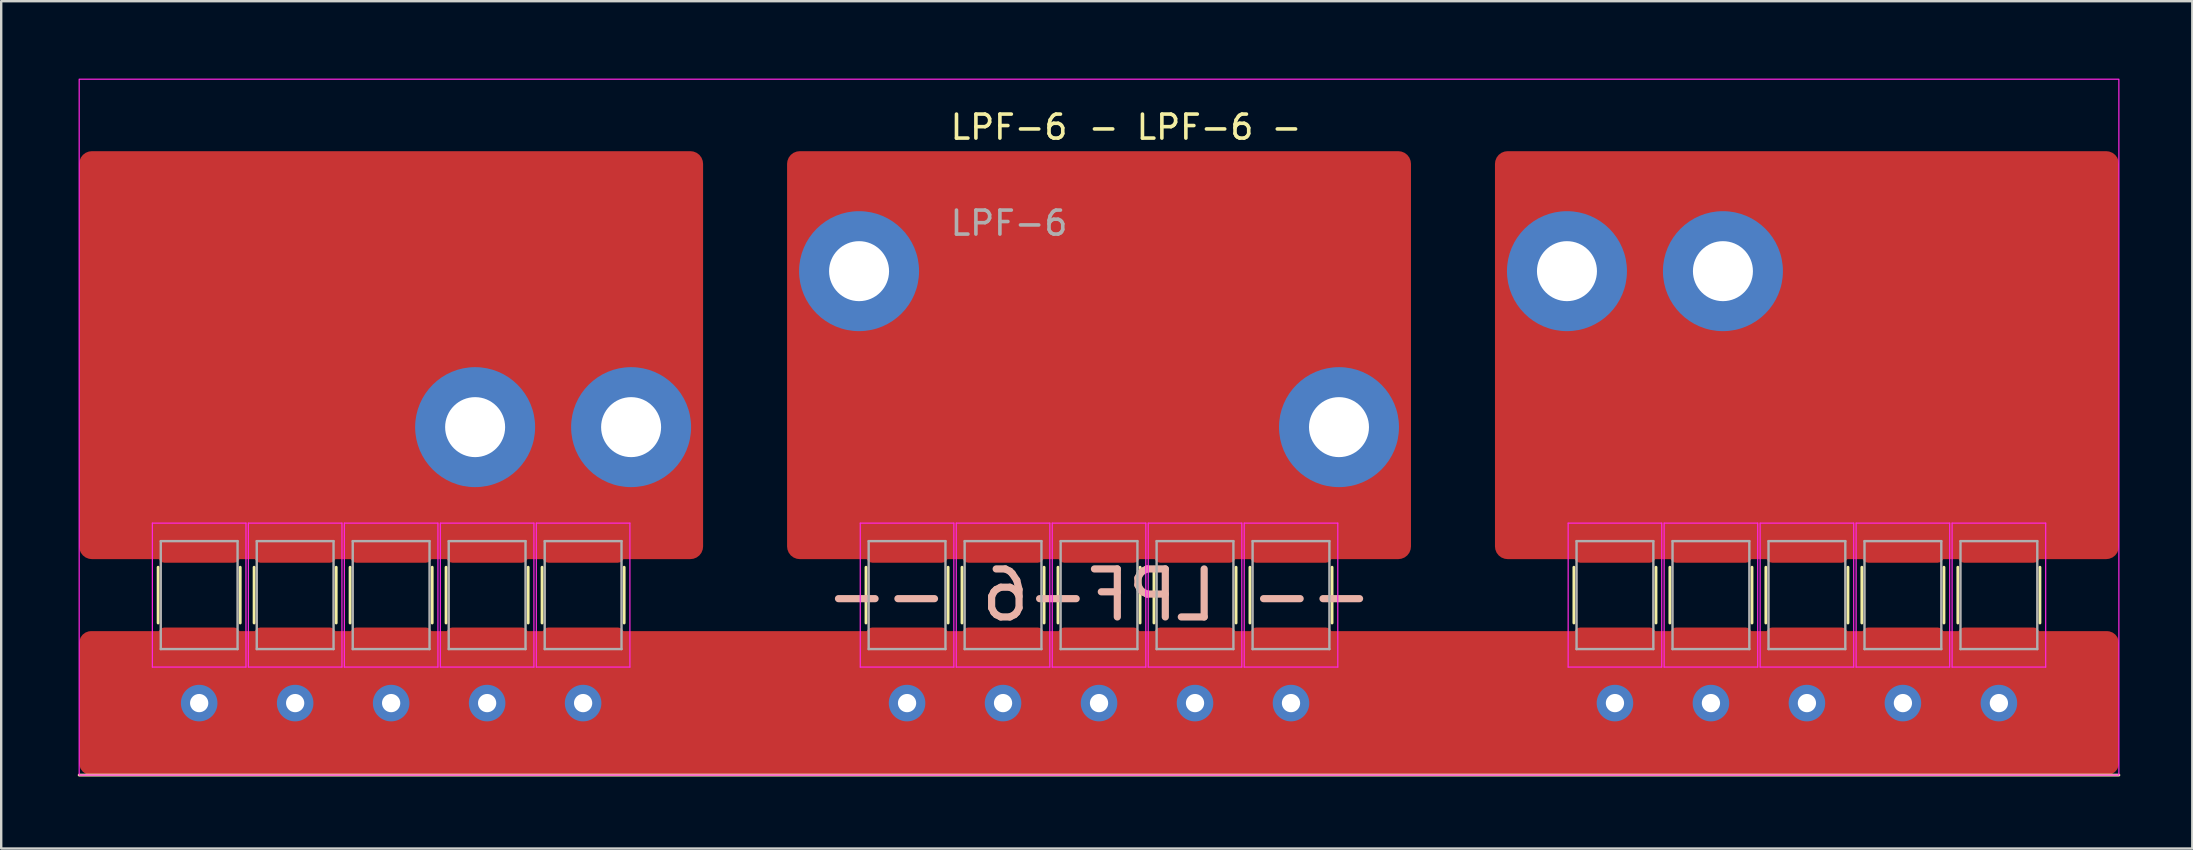
<source format=kicad_pcb>
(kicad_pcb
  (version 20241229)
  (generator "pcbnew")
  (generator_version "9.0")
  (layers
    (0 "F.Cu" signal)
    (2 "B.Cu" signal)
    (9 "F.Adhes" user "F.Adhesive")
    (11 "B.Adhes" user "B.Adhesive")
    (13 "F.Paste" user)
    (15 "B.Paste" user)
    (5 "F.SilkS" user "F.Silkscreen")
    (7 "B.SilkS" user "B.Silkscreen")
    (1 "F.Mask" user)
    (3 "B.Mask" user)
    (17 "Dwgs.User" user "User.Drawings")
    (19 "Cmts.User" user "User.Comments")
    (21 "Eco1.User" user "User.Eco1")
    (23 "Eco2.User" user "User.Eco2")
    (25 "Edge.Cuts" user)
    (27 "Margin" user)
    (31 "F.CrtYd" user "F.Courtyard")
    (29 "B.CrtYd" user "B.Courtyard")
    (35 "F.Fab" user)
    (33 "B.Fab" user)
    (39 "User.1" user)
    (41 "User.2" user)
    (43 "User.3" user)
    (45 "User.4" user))
  (footprint "LPF-6"
    (layer "F.Cu")
    (at 0.25 0.25)
    (property "Reference" "LPF-6" (at 38.75 2 0) (layer "F.SilkS") (effects (font (size 1 1) (thickness 0.15))))
    (property "Value" "LPF-6" (at 38 4 0) (layer "F.Fab") (hide yes) (effects (font (size 1 1) (thickness 0.15))))
    (attr through_hole)
    (fp_line (start 0 29) (end 85 29) (stroke (width 0.12) (type solid)) (layer "F.SilkS"))
    (fp_line (start 3.29 22.661) (end 3.29 20.339) (stroke (width 0.12) (type solid)) (layer "F.SilkS"))
    (fp_line (start 6.71 22.661) (end 6.71 20.339) (stroke (width 0.12) (type solid)) (layer "F.SilkS"))
    (fp_line (start 7.29 22.661) (end 7.29 20.339) (stroke (width 0.12) (type solid)) (layer "F.SilkS"))
    (fp_line (start 10.71 22.661) (end 10.71 20.339) (stroke (width 0.12) (type solid)) (layer "F.SilkS"))
    (fp_line (start 11.29 22.661) (end 11.29 20.339) (stroke (width 0.12) (type solid)) (layer "F.SilkS"))
    (fp_line (start 14.71 22.661) (end 14.71 20.339) (stroke (width 0.12) (type solid)) (layer "F.SilkS"))
    (fp_line (start 15.29 22.661) (end 15.29 20.339) (stroke (width 0.12) (type solid)) (layer "F.SilkS"))
    (fp_line (start 18.71 22.661) (end 18.71 20.339) (stroke (width 0.12) (type solid)) (layer "F.SilkS"))
    (fp_line (start 19.29 22.661) (end 19.29 20.339) (stroke (width 0.12) (type solid)) (layer "F.SilkS"))
    (fp_line (start 22.71 22.661) (end 22.71 20.339) (stroke (width 0.12) (type solid)) (layer "F.SilkS"))
    (fp_line (start 32.79 22.661) (end 32.79 20.339) (stroke (width 0.12) (type solid)) (layer "F.SilkS"))
    (fp_line (start 36.21 22.661) (end 36.21 20.339) (stroke (width 0.12) (type solid)) (layer "F.SilkS"))
    (fp_line (start 36.79 22.661) (end 36.79 20.339) (stroke (width 0.12) (type solid)) (layer "F.SilkS"))
    (fp_line (start 40.21 22.661) (end 40.21 20.339) (stroke (width 0.12) (type solid)) (layer "F.SilkS"))
    (fp_line (start 40.79 22.661) (end 40.79 20.339) (stroke (width 0.12) (type solid)) (layer "F.SilkS"))
    (fp_line (start 44.21 22.661) (end 44.21 20.339) (stroke (width 0.12) (type solid)) (layer "F.SilkS"))
    (fp_line (start 44.79 22.661) (end 44.79 20.339) (stroke (width 0.12) (type solid)) (layer "F.SilkS"))
    (fp_line (start 48.21 22.661) (end 48.21 20.339) (stroke (width 0.12) (type solid)) (layer "F.SilkS"))
    (fp_line (start 48.79 22.661) (end 48.79 20.339) (stroke (width 0.12) (type solid)) (layer "F.SilkS"))
    (fp_line (start 52.21 22.661) (end 52.21 20.339) (stroke (width 0.12) (type solid)) (layer "F.SilkS"))
    (fp_line (start 62.29 22.661) (end 62.29 20.339) (stroke (width 0.12) (type solid)) (layer "F.SilkS"))
    (fp_line (start 65.71 22.661) (end 65.71 20.339) (stroke (width 0.12) (type solid)) (layer "F.SilkS"))
    (fp_line (start 66.29 22.661) (end 66.29 20.339) (stroke (width 0.12) (type solid)) (layer "F.SilkS"))
    (fp_line (start 69.71 22.661) (end 69.71 20.339) (stroke (width 0.12) (type solid)) (layer "F.SilkS"))
    (fp_line (start 70.29 22.661) (end 70.29 20.339) (stroke (width 0.12) (type solid)) (layer "F.SilkS"))
    (fp_line (start 73.71 22.661) (end 73.71 20.339) (stroke (width 0.12) (type solid)) (layer "F.SilkS"))
    (fp_line (start 74.29 22.661) (end 74.29 20.339) (stroke (width 0.12) (type solid)) (layer "F.SilkS"))
    (fp_line (start 77.71 22.661) (end 77.71 20.339) (stroke (width 0.12) (type solid)) (layer "F.SilkS"))
    (fp_line (start 78.29 22.661) (end 78.29 20.339) (stroke (width 0.12) (type solid)) (layer "F.SilkS"))
    (fp_line (start 81.71 22.661) (end 81.71 20.339) (stroke (width 0.12) (type solid)) (layer "F.SilkS"))
    (fp_line (start 3.05 18.5) (end 6.95 18.5) (stroke (width 0.05) (type solid)) (layer "F.CrtYd"))
    (fp_line (start 3.05 24.5) (end 3.05 18.5) (stroke (width 0.05) (type solid)) (layer "F.CrtYd"))
    (fp_line (start 6.95 18.5) (end 6.95 24.5) (stroke (width 0.05) (type solid)) (layer "F.CrtYd"))
    (fp_line (start 6.95 24.5) (end 3.05 24.5) (stroke (width 0.05) (type solid)) (layer "F.CrtYd"))
    (fp_line (start 7.05 18.5) (end 10.95 18.5) (stroke (width 0.05) (type solid)) (layer "F.CrtYd"))
    (fp_line (start 7.05 24.5) (end 7.05 18.5) (stroke (width 0.05) (type solid)) (layer "F.CrtYd"))
    (fp_line (start 10.95 18.5) (end 10.95 24.5) (stroke (width 0.05) (type solid)) (layer "F.CrtYd"))
    (fp_line (start 10.95 24.5) (end 7.05 24.5) (stroke (width 0.05) (type solid)) (layer "F.CrtYd"))
    (fp_line (start 11.05 18.5) (end 14.95 18.5) (stroke (width 0.05) (type solid)) (layer "F.CrtYd"))
    (fp_line (start 11.05 24.5) (end 11.05 18.5) (stroke (width 0.05) (type solid)) (layer "F.CrtYd"))
    (fp_line (start 14.95 18.5) (end 14.95 24.5) (stroke (width 0.05) (type solid)) (layer "F.CrtYd"))
    (fp_line (start 14.95 24.5) (end 11.05 24.5) (stroke (width 0.05) (type solid)) (layer "F.CrtYd"))
    (fp_line (start 15.05 18.5) (end 18.95 18.5) (stroke (width 0.05) (type solid)) (layer "F.CrtYd"))
    (fp_line (start 15.05 24.5) (end 15.05 18.5) (stroke (width 0.05) (type solid)) (layer "F.CrtYd"))
    (fp_line (start 18.95 18.5) (end 18.95 24.5) (stroke (width 0.05) (type solid)) (layer "F.CrtYd"))
    (fp_line (start 18.95 24.5) (end 15.05 24.5) (stroke (width 0.05) (type solid)) (layer "F.CrtYd"))
    (fp_line (start 19.05 18.5) (end 22.95 18.5) (stroke (width 0.05) (type solid)) (layer "F.CrtYd"))
    (fp_line (start 19.05 24.5) (end 19.05 18.5) (stroke (width 0.05) (type solid)) (layer "F.CrtYd"))
    (fp_line (start 22.95 18.5) (end 22.95 24.5) (stroke (width 0.05) (type solid)) (layer "F.CrtYd"))
    (fp_line (start 22.95 24.5) (end 19.05 24.5) (stroke (width 0.05) (type solid)) (layer "F.CrtYd"))
    (fp_line (start 32.55 18.5) (end 36.45 18.5) (stroke (width 0.05) (type solid)) (layer "F.CrtYd"))
    (fp_line (start 32.55 24.5) (end 32.55 18.5) (stroke (width 0.05) (type solid)) (layer "F.CrtYd"))
    (fp_line (start 36.45 18.5) (end 36.45 24.5) (stroke (width 0.05) (type solid)) (layer "F.CrtYd"))
    (fp_line (start 36.45 24.5) (end 32.55 24.5) (stroke (width 0.05) (type solid)) (layer "F.CrtYd"))
    (fp_line (start 36.55 18.5) (end 40.45 18.5) (stroke (width 0.05) (type solid)) (layer "F.CrtYd"))
    (fp_line (start 36.55 24.5) (end 36.55 18.5) (stroke (width 0.05) (type solid)) (layer "F.CrtYd"))
    (fp_line (start 40.45 18.5) (end 40.45 24.5) (stroke (width 0.05) (type solid)) (layer "F.CrtYd"))
    (fp_line (start 40.45 24.5) (end 36.55 24.5) (stroke (width 0.05) (type solid)) (layer "F.CrtYd"))
    (fp_line (start 40.55 18.5) (end 44.45 18.5) (stroke (width 0.05) (type solid)) (layer "F.CrtYd"))
    (fp_line (start 40.55 24.5) (end 40.55 18.5) (stroke (width 0.05) (type solid)) (layer "F.CrtYd"))
    (fp_line (start 44.45 18.5) (end 44.45 24.5) (stroke (width 0.05) (type solid)) (layer "F.CrtYd"))
    (fp_line (start 44.45 24.5) (end 40.55 24.5) (stroke (width 0.05) (type solid)) (layer "F.CrtYd"))
    (fp_line (start 44.55 18.5) (end 48.45 18.5) (stroke (width 0.05) (type solid)) (layer "F.CrtYd"))
    (fp_line (start 44.55 24.5) (end 44.55 18.5) (stroke (width 0.05) (type solid)) (layer "F.CrtYd"))
    (fp_line (start 48.45 18.5) (end 48.45 24.5) (stroke (width 0.05) (type solid)) (layer "F.CrtYd"))
    (fp_line (start 48.45 24.5) (end 44.55 24.5) (stroke (width 0.05) (type solid)) (layer "F.CrtYd"))
    (fp_line (start 48.55 18.5) (end 52.45 18.5) (stroke (width 0.05) (type solid)) (layer "F.CrtYd"))
    (fp_line (start 48.55 24.5) (end 48.55 18.5) (stroke (width 0.05) (type solid)) (layer "F.CrtYd"))
    (fp_line (start 52.45 18.5) (end 52.45 24.5) (stroke (width 0.05) (type solid)) (layer "F.CrtYd"))
    (fp_line (start 52.45 24.5) (end 48.55 24.5) (stroke (width 0.05) (type solid)) (layer "F.CrtYd"))
    (fp_line (start 62.05 18.5) (end 65.95 18.5) (stroke (width 0.05) (type solid)) (layer "F.CrtYd"))
    (fp_line (start 62.05 24.5) (end 62.05 18.5) (stroke (width 0.05) (type solid)) (layer "F.CrtYd"))
    (fp_line (start 65.95 18.5) (end 65.95 24.5) (stroke (width 0.05) (type solid)) (layer "F.CrtYd"))
    (fp_line (start 65.95 24.5) (end 62.05 24.5) (stroke (width 0.05) (type solid)) (layer "F.CrtYd"))
    (fp_line (start 66.05 18.5) (end 69.95 18.5) (stroke (width 0.05) (type solid)) (layer "F.CrtYd"))
    (fp_line (start 66.05 24.5) (end 66.05 18.5) (stroke (width 0.05) (type solid)) (layer "F.CrtYd"))
    (fp_line (start 69.95 18.5) (end 69.95 24.5) (stroke (width 0.05) (type solid)) (layer "F.CrtYd"))
    (fp_line (start 69.95 24.5) (end 66.05 24.5) (stroke (width 0.05) (type solid)) (layer "F.CrtYd"))
    (fp_line (start 70.05 18.5) (end 73.95 18.5) (stroke (width 0.05) (type solid)) (layer "F.CrtYd"))
    (fp_line (start 70.05 24.5) (end 70.05 18.5) (stroke (width 0.05) (type solid)) (layer "F.CrtYd"))
    (fp_line (start 73.95 18.5) (end 73.95 24.5) (stroke (width 0.05) (type solid)) (layer "F.CrtYd"))
    (fp_line (start 73.95 24.5) (end 70.05 24.5) (stroke (width 0.05) (type solid)) (layer "F.CrtYd"))
    (fp_line (start 74.05 18.5) (end 77.95 18.5) (stroke (width 0.05) (type solid)) (layer "F.CrtYd"))
    (fp_line (start 74.05 24.5) (end 74.05 18.5) (stroke (width 0.05) (type solid)) (layer "F.CrtYd"))
    (fp_line (start 77.95 18.5) (end 77.95 24.5) (stroke (width 0.05) (type solid)) (layer "F.CrtYd"))
    (fp_line (start 77.95 24.5) (end 74.05 24.5) (stroke (width 0.05) (type solid)) (layer "F.CrtYd"))
    (fp_line (start 78.05 18.5) (end 81.95 18.5) (stroke (width 0.05) (type solid)) (layer "F.CrtYd"))
    (fp_line (start 78.05 24.5) (end 78.05 18.5) (stroke (width 0.05) (type solid)) (layer "F.CrtYd"))
    (fp_line (start 81.95 18.5) (end 81.95 24.5) (stroke (width 0.05) (type solid)) (layer "F.CrtYd"))
    (fp_line (start 81.95 24.5) (end 78.05 24.5) (stroke (width 0.05) (type solid)) (layer "F.CrtYd"))
    (fp_rect (start 0 0) (end 85 29) (stroke (width 0.05) (type solid)) (fill no) (layer "F.CrtYd"))
    (fp_line (start 3.4 19.25) (end 6.6 19.25) (stroke (width 0.1) (type solid)) (layer "F.Fab"))
    (fp_line (start 3.4 23.75) (end 3.4 19.25) (stroke (width 0.1) (type solid)) (layer "F.Fab"))
    (fp_line (start 6.6 19.25) (end 6.6 23.75) (stroke (width 0.1) (type solid)) (layer "F.Fab"))
    (fp_line (start 6.6 23.75) (end 3.4 23.75) (stroke (width 0.1) (type solid)) (layer "F.Fab"))
    (fp_line (start 7.4 19.25) (end 10.6 19.25) (stroke (width 0.1) (type solid)) (layer "F.Fab"))
    (fp_line (start 7.4 23.75) (end 7.4 19.25) (stroke (width 0.1) (type solid)) (layer "F.Fab"))
    (fp_line (start 10.6 19.25) (end 10.6 23.75) (stroke (width 0.1) (type solid)) (layer "F.Fab"))
    (fp_line (start 10.6 23.75) (end 7.4 23.75) (stroke (width 0.1) (type solid)) (layer "F.Fab"))
    (fp_line (start 11.4 19.25) (end 14.6 19.25) (stroke (width 0.1) (type solid)) (layer "F.Fab"))
    (fp_line (start 11.4 23.75) (end 11.4 19.25) (stroke (width 0.1) (type solid)) (layer "F.Fab"))
    (fp_line (start 14.6 19.25) (end 14.6 23.75) (stroke (width 0.1) (type solid)) (layer "F.Fab"))
    (fp_line (start 14.6 23.75) (end 11.4 23.75) (stroke (width 0.1) (type solid)) (layer "F.Fab"))
    (fp_line (start 15.4 19.25) (end 18.6 19.25) (stroke (width 0.1) (type solid)) (layer "F.Fab"))
    (fp_line (start 15.4 23.75) (end 15.4 19.25) (stroke (width 0.1) (type solid)) (layer "F.Fab"))
    (fp_line (start 18.6 19.25) (end 18.6 23.75) (stroke (width 0.1) (type solid)) (layer "F.Fab"))
    (fp_line (start 18.6 23.75) (end 15.4 23.75) (stroke (width 0.1) (type solid)) (layer "F.Fab"))
    (fp_line (start 19.4 19.25) (end 22.6 19.25) (stroke (width 0.1) (type solid)) (layer "F.Fab"))
    (fp_line (start 19.4 23.75) (end 19.4 19.25) (stroke (width 0.1) (type solid)) (layer "F.Fab"))
    (fp_line (start 22.6 19.25) (end 22.6 23.75) (stroke (width 0.1) (type solid)) (layer "F.Fab"))
    (fp_line (start 22.6 23.75) (end 19.4 23.75) (stroke (width 0.1) (type solid)) (layer "F.Fab"))
    (fp_line (start 32.9 19.25) (end 36.1 19.25) (stroke (width 0.1) (type solid)) (layer "F.Fab"))
    (fp_line (start 32.9 23.75) (end 32.9 19.25) (stroke (width 0.1) (type solid)) (layer "F.Fab"))
    (fp_line (start 36.1 19.25) (end 36.1 23.75) (stroke (width 0.1) (type solid)) (layer "F.Fab"))
    (fp_line (start 36.1 23.75) (end 32.9 23.75) (stroke (width 0.1) (type solid)) (layer "F.Fab"))
    (fp_line (start 36.9 19.25) (end 40.1 19.25) (stroke (width 0.1) (type solid)) (layer "F.Fab"))
    (fp_line (start 36.9 23.75) (end 36.9 19.25) (stroke (width 0.1) (type solid)) (layer "F.Fab"))
    (fp_line (start 40.1 19.25) (end 40.1 23.75) (stroke (width 0.1) (type solid)) (layer "F.Fab"))
    (fp_line (start 40.1 23.75) (end 36.9 23.75) (stroke (width 0.1) (type solid)) (layer "F.Fab"))
    (fp_line (start 40.9 19.25) (end 44.1 19.25) (stroke (width 0.1) (type solid)) (layer "F.Fab"))
    (fp_line (start 40.9 23.75) (end 40.9 19.25) (stroke (width 0.1) (type solid)) (layer "F.Fab"))
    (fp_line (start 44.1 19.25) (end 44.1 23.75) (stroke (width 0.1) (type solid)) (layer "F.Fab"))
    (fp_line (start 44.1 23.75) (end 40.9 23.75) (stroke (width 0.1) (type solid)) (layer "F.Fab"))
    (fp_line (start 44.9 19.25) (end 48.1 19.25) (stroke (width 0.1) (type solid)) (layer "F.Fab"))
    (fp_line (start 44.9 23.75) (end 44.9 19.25) (stroke (width 0.1) (type solid)) (layer "F.Fab"))
    (fp_line (start 48.1 19.25) (end 48.1 23.75) (stroke (width 0.1) (type solid)) (layer "F.Fab"))
    (fp_line (start 48.1 23.75) (end 44.9 23.75) (stroke (width 0.1) (type solid)) (layer "F.Fab"))
    (fp_line (start 48.9 19.25) (end 52.1 19.25) (stroke (width 0.1) (type solid)) (layer "F.Fab"))
    (fp_line (start 48.9 23.75) (end 48.9 19.25) (stroke (width 0.1) (type solid)) (layer "F.Fab"))
    (fp_line (start 52.1 19.25) (end 52.1 23.75) (stroke (width 0.1) (type solid)) (layer "F.Fab"))
    (fp_line (start 52.1 23.75) (end 48.9 23.75) (stroke (width 0.1) (type solid)) (layer "F.Fab"))
    (fp_line (start 62.4 19.25) (end 65.6 19.25) (stroke (width 0.1) (type solid)) (layer "F.Fab"))
    (fp_line (start 62.4 23.75) (end 62.4 19.25) (stroke (width 0.1) (type solid)) (layer "F.Fab"))
    (fp_line (start 65.6 19.25) (end 65.6 23.75) (stroke (width 0.1) (type solid)) (layer "F.Fab"))
    (fp_line (start 65.6 23.75) (end 62.4 23.75) (stroke (width 0.1) (type solid)) (layer "F.Fab"))
    (fp_line (start 66.4 19.25) (end 69.6 19.25) (stroke (width 0.1) (type solid)) (layer "F.Fab"))
    (fp_line (start 66.4 23.75) (end 66.4 19.25) (stroke (width 0.1) (type solid)) (layer "F.Fab"))
    (fp_line (start 69.6 19.25) (end 69.6 23.75) (stroke (width 0.1) (type solid)) (layer "F.Fab"))
    (fp_line (start 69.6 23.75) (end 66.4 23.75) (stroke (width 0.1) (type solid)) (layer "F.Fab"))
    (fp_line (start 70.4 19.25) (end 73.6 19.25) (stroke (width 0.1) (type solid)) (layer "F.Fab"))
    (fp_line (start 70.4 23.75) (end 70.4 19.25) (stroke (width 0.1) (type solid)) (layer "F.Fab"))
    (fp_line (start 73.6 19.25) (end 73.6 23.75) (stroke (width 0.1) (type solid)) (layer "F.Fab"))
    (fp_line (start 73.6 23.75) (end 70.4 23.75) (stroke (width 0.1) (type solid)) (layer "F.Fab"))
    (fp_line (start 74.4 19.25) (end 77.6 19.25) (stroke (width 0.1) (type solid)) (layer "F.Fab"))
    (fp_line (start 74.4 23.75) (end 74.4 19.25) (stroke (width 0.1) (type solid)) (layer "F.Fab"))
    (fp_line (start 77.6 19.25) (end 77.6 23.75) (stroke (width 0.1) (type solid)) (layer "F.Fab"))
    (fp_line (start 77.6 23.75) (end 74.4 23.75) (stroke (width 0.1) (type solid)) (layer "F.Fab"))
    (fp_line (start 78.4 19.25) (end 81.6 19.25) (stroke (width 0.1) (type solid)) (layer "F.Fab"))
    (fp_line (start 78.4 23.75) (end 78.4 19.25) (stroke (width 0.1) (type solid)) (layer "F.Fab"))
    (fp_line (start 81.6 19.25) (end 81.6 23.75) (stroke (width 0.1) (type solid)) (layer "F.Fab"))
    (fp_line (start 81.6 23.75) (end 78.4 23.75) (stroke (width 0.1) (type solid)) (layer "F.Fab"))
    (fp_text user "- ${VALUE} -" (at 46.5 2 0) (layer "F.SilkS") (effects (font (size 1 1) (thickness 0.15))))
    (fp_text user "-- ${VALUE} --" (at 42.5 21.5 0) (layer "B.SilkS") (effects (font (size 2 2) (thickness 0.3)) (justify mirror)))
    (fp_text user "${REFERENCE}" (at 38.75 6 0) (layer "F.Fab") (effects (font (size 1 1) (thickness 0.15))))
    (pad "1" smd roundrect (at 5 23.55 90) (size 1.4 3.4) (layers "F.Cu" "F.Mask" "F.Paste") (roundrect_rratio 0.179))
    (pad "1" thru_hole circle (at 5 26) (size 1.524 1.524) (drill 0.762) (layers "*.Cu"))
    (pad "1" smd roundrect (at 9 23.55 90) (size 1.4 3.4) (layers "F.Cu" "F.Mask" "F.Paste") (roundrect_rratio 0.179))
    (pad "1" thru_hole circle (at 9 26) (size 1.524 1.524) (drill 0.762) (layers "*.Cu"))
    (pad "1" smd roundrect (at 13 23.55 90) (size 1.4 3.4) (layers "F.Cu" "F.Mask" "F.Paste") (roundrect_rratio 0.179))
    (pad "1" thru_hole circle (at 13 26) (size 1.524 1.524) (drill 0.762) (layers "*.Cu"))
    (pad "1" smd roundrect (at 17 23.55 90) (size 1.4 3.4) (layers "F.Cu" "F.Mask" "F.Paste") (roundrect_rratio 0.179))
    (pad "1" thru_hole circle (at 17 26) (size 1.524 1.524) (drill 0.762) (layers "*.Cu"))
    (pad "1" smd roundrect (at 21 23.55 90) (size 1.4 3.4) (layers "F.Cu" "F.Mask" "F.Paste") (roundrect_rratio 0.179))
    (pad "1" thru_hole circle (at 21 26) (size 1.524 1.524) (drill 0.762) (layers "*.Cu"))
    (pad "1" smd roundrect (at 34.5 23.55 90) (size 1.4 3.4) (layers "F.Cu" "F.Mask" "F.Paste") (roundrect_rratio 0.179))
    (pad "1" thru_hole circle (at 34.5 26) (size 1.524 1.524) (drill 0.762) (layers "*.Cu"))
    (pad "1" smd roundrect (at 38.5 23.55 90) (size 1.4 3.4) (layers "F.Cu" "F.Mask" "F.Paste") (roundrect_rratio 0.179))
    (pad "1" thru_hole circle (at 38.5 26) (size 1.524 1.524) (drill 0.762) (layers "*.Cu"))
    (pad "1" smd roundrect (at 42.5 23.55 90) (size 1.4 3.4) (layers "F.Cu" "F.Mask" "F.Paste") (roundrect_rratio 0.179))
    (pad "1" thru_hole circle (at 42.5 26) (size 1.524 1.524) (drill 0.762) (layers "*.Cu"))
    (pad "1" smd roundrect (at 42.5 26) (size 85 6) (layers "F.Cu") (roundrect_rratio 0.083))
    (pad "1" smd roundrect (at 46.5 23.55 90) (size 1.4 3.4) (layers "F.Cu" "F.Mask" "F.Paste") (roundrect_rratio 0.179))
    (pad "1" thru_hole circle (at 46.5 26) (size 1.524 1.524) (drill 0.762) (layers "*.Cu"))
    (pad "1" smd roundrect (at 50.5 23.55 90) (size 1.4 3.4) (layers "F.Cu" "F.Mask" "F.Paste") (roundrect_rratio 0.179))
    (pad "1" thru_hole circle (at 50.5 26) (size 1.524 1.524) (drill 0.762) (layers "*.Cu"))
    (pad "1" smd roundrect (at 64 23.55 90) (size 1.4 3.4) (layers "F.Cu" "F.Mask" "F.Paste") (roundrect_rratio 0.179))
    (pad "1" thru_hole circle (at 64 26) (size 1.524 1.524) (drill 0.762) (layers "*.Cu"))
    (pad "1" smd roundrect (at 68 23.55 90) (size 1.4 3.4) (layers "F.Cu" "F.Mask" "F.Paste") (roundrect_rratio 0.179))
    (pad "1" thru_hole circle (at 68 26) (size 1.524 1.524) (drill 0.762) (layers "*.Cu"))
    (pad "1" smd roundrect (at 72 23.55 90) (size 1.4 3.4) (layers "F.Cu" "F.Mask" "F.Paste") (roundrect_rratio 0.179))
    (pad "1" thru_hole circle (at 72 26) (size 1.524 1.524) (drill 0.762) (layers "*.Cu"))
    (pad "1" smd roundrect (at 76 23.55 90) (size 1.4 3.4) (layers "F.Cu" "F.Mask" "F.Paste") (roundrect_rratio 0.179))
    (pad "1" thru_hole circle (at 76 26) (size 1.524 1.524) (drill 0.762) (layers "*.Cu"))
    (pad "1" smd roundrect (at 80 23.55 90) (size 1.4 3.4) (layers "F.Cu" "F.Mask" "F.Paste") (roundrect_rratio 0.179))
    (pad "1" thru_hole circle (at 80 26) (size 1.524 1.524) (drill 0.762) (layers "*.Cu"))
    (pad "2" smd roundrect (at 5 19.45 90) (size 1.4 3.4) (layers "F.Cu" "F.Mask" "F.Paste") (roundrect_rratio 0.179))
    (pad "2" smd roundrect (at 9 19.45 90) (size 1.4 3.4) (layers "F.Cu" "F.Mask" "F.Paste") (roundrect_rratio 0.179))
    (pad "2" smd roundrect (at 13 11.5) (size 26 17) (layers "F.Cu") (roundrect_rratio 0.031))
    (pad "2" smd roundrect (at 13 19.45 90) (size 1.4 3.4) (layers "F.Cu" "F.Mask" "F.Paste") (roundrect_rratio 0.179))
    (pad "2" thru_hole circle (at 16.5 14.5 90) (size 5 5) (drill 2.5) (layers "*.Cu" "*.Mask"))
    (pad "2" smd roundrect (at 17 19.45 90) (size 1.4 3.4) (layers "F.Cu" "F.Mask" "F.Paste") (roundrect_rratio 0.179))
    (pad "2" smd roundrect (at 21 19.45 90) (size 1.4 3.4) (layers "F.Cu" "F.Mask" "F.Paste") (roundrect_rratio 0.179))
    (pad "2" thru_hole circle (at 23 14.5 90) (size 5 5) (drill 2.5) (layers "*.Cu" "*.Mask"))
    (pad "3" thru_hole circle (at 62 8 90) (size 5 5) (drill 2.5) (layers "*.Cu" "*.Mask"))
    (pad "3" smd roundrect (at 64 19.45 90) (size 1.4 3.4) (layers "F.Cu" "F.Mask" "F.Paste") (roundrect_rratio 0.179))
    (pad "3" smd roundrect (at 68 19.45 90) (size 1.4 3.4) (layers "F.Cu" "F.Mask" "F.Paste") (roundrect_rratio 0.179))
    (pad "3" thru_hole circle (at 68.5 8 90) (size 5 5) (drill 2.5) (layers "*.Cu" "*.Mask"))
    (pad "3" smd roundrect (at 72 11.5) (size 26 17) (layers "F.Cu") (roundrect_rratio 0.031))
    (pad "3" smd roundrect (at 72 19.45 90) (size 1.4 3.4) (layers "F.Cu" "F.Mask" "F.Paste") (roundrect_rratio 0.179))
    (pad "3" smd roundrect (at 76 19.45 90) (size 1.4 3.4) (layers "F.Cu" "F.Mask" "F.Paste") (roundrect_rratio 0.179))
    (pad "3" smd roundrect (at 80 19.45 90) (size 1.4 3.4) (layers "F.Cu" "F.Mask" "F.Paste") (roundrect_rratio 0.179))
    (pad "4" thru_hole circle (at 32.5 8 90) (size 5 5) (drill 2.5) (layers "*.Cu" "*.Mask"))
    (pad "4" smd roundrect (at 34.5 19.45 90) (size 1.4 3.4) (layers "F.Cu" "F.Mask" "F.Paste") (roundrect_rratio 0.179))
    (pad "4" smd roundrect (at 38.5 19.45 90) (size 1.4 3.4) (layers "F.Cu" "F.Mask" "F.Paste") (roundrect_rratio 0.179))
    (pad "4" smd roundrect (at 42.5 11.5) (size 26 17) (layers "F.Cu") (roundrect_rratio 0.031))
    (pad "4" smd roundrect (at 42.5 19.45 90) (size 1.4 3.4) (layers "F.Cu" "F.Mask" "F.Paste") (roundrect_rratio 0.179))
    (pad "4" smd roundrect (at 46.5 19.45 90) (size 1.4 3.4) (layers "F.Cu" "F.Mask" "F.Paste") (roundrect_rratio 0.179))
    (pad "4" smd roundrect (at 50.5 19.45 90) (size 1.4 3.4) (layers "F.Cu" "F.Mask" "F.Paste") (roundrect_rratio 0.179))
    (pad "4" thru_hole circle (at 52.5 14.5 90) (size 5 5) (drill 2.5) (layers "*.Cu" "*.Mask")))
  (gr_rect
    (start -3 -3)
    (end 88.31 32.31)
    (stroke (width 0.1) (type default))
    (fill no)
    (layer "Edge.Cuts")))
</source>
